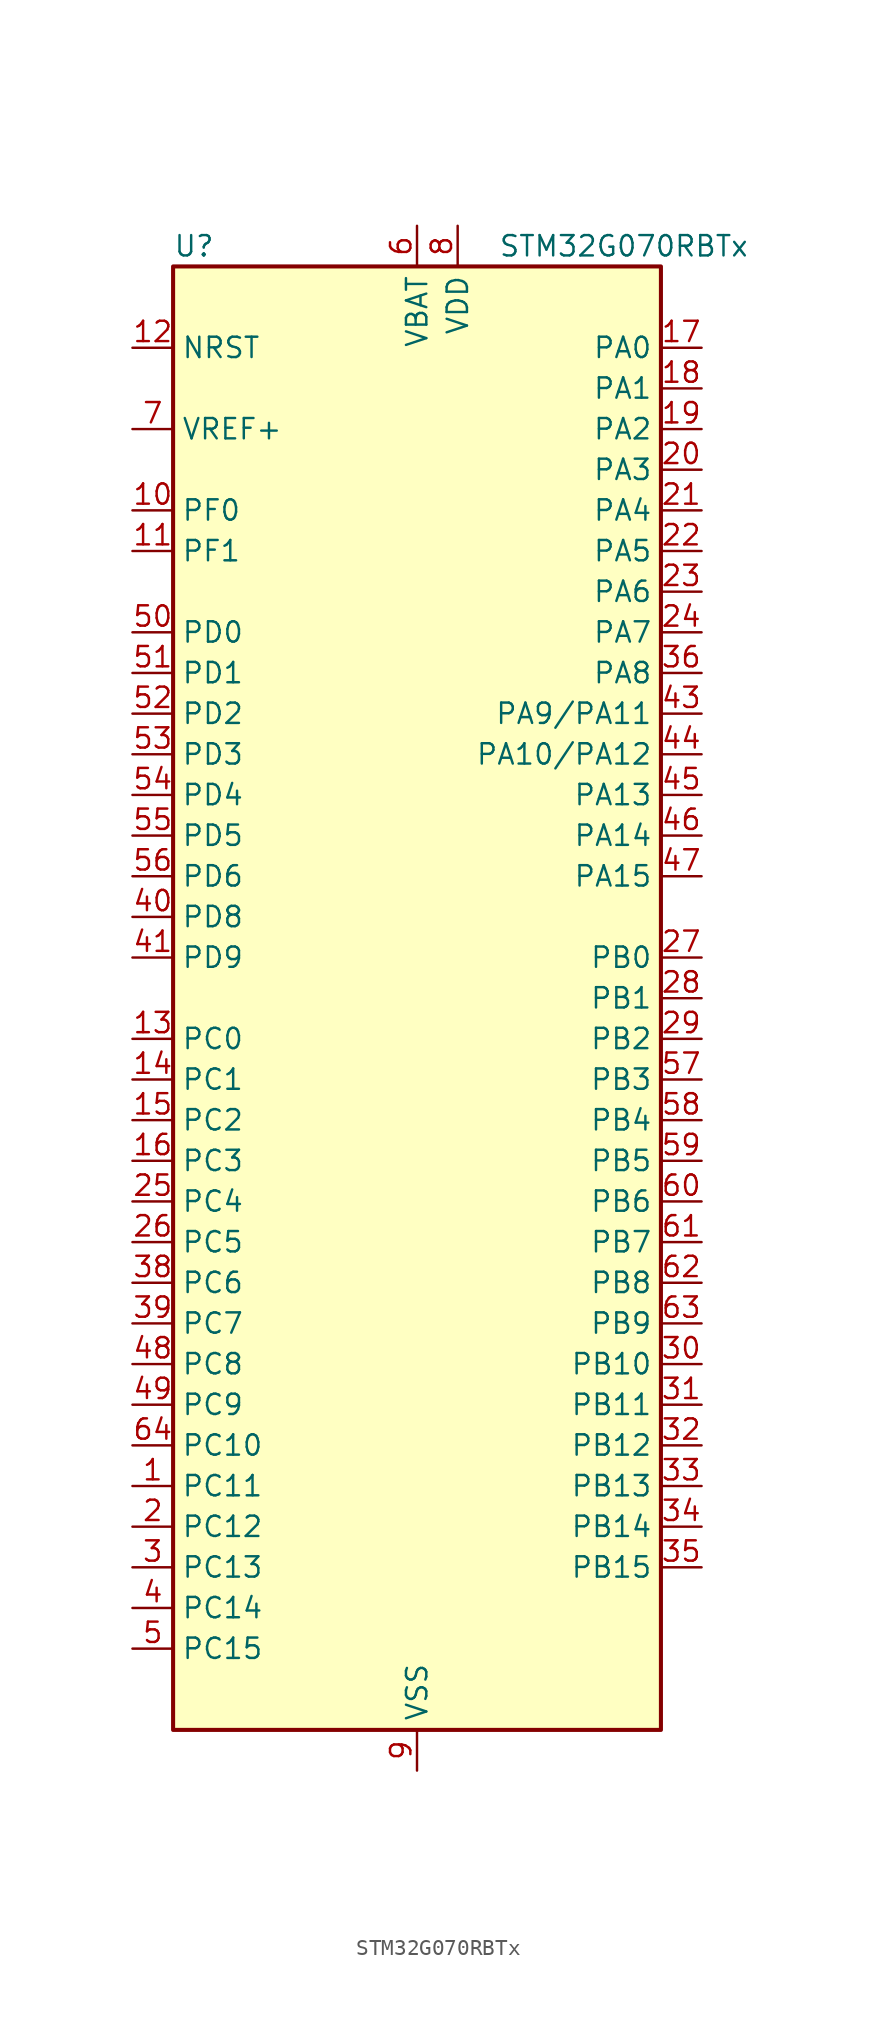
<source format=kicad_sym>
(kicad_symbol_lib
  (version 20241209)
  (generator "kicad_symbol_editor")
  (generator_version "9.0")
  (symbol "STM32G070RBTx"
    (property "Reference" "U"
      (at -15.24 46.99 0)
      (effects (font (size 1.27 1.27)) (justify left)))
    (property "Value" "STM32G070RBTx"
      (at 5.08 46.99 0)
      (effects (font (size 1.27 1.27)) (justify left)))
    (symbol "STM32G070RBTx_0_1"
      (rectangle (start -15.24 -45.72) (end 15.24 45.72) (stroke (width 0.254) (type default)) (fill (type background))))
    (symbol "STM32G070RBTx_1_1"
      (pin input line (at -17.78 40.64 0) (length 2.54) (name "NRST" (effects (font (size 1.27 1.27)))) (number "12" (effects (font (size 1.27 1.27)))))
      (pin input line (at -17.78 35.56 0) (length 2.54) (name "VREF+" (effects (font (size 1.27 1.27)))) (number "7" (effects (font (size 1.27 1.27)))))
      (pin bidirectional line (at -17.78 30.48 0) (length 2.54) (name "PF0" (effects (font (size 1.27 1.27)))) (number "10" (effects (font (size 1.27 1.27)))) (alternate "RCC_OSC_IN" bidirectional line) (alternate "TIM14_CH1" bidirectional line))
      (pin bidirectional line (at -17.78 27.94 0) (length 2.54) (name "PF1" (effects (font (size 1.27 1.27)))) (number "11" (effects (font (size 1.27 1.27)))) (alternate "RCC_OSC_EN" bidirectional line) (alternate "RCC_OSC_OUT" bidirectional line) (alternate "TIM15_CH1N" bidirectional line))
      (pin bidirectional line (at -17.78 22.86 0) (length 2.54) (name "PD0" (effects (font (size 1.27 1.27)))) (number "50" (effects (font (size 1.27 1.27)))) (alternate "SPI2_NSS" bidirectional line) (alternate "TIM16_CH1" bidirectional line))
      (pin bidirectional line (at -17.78 20.32 0) (length 2.54) (name "PD1" (effects (font (size 1.27 1.27)))) (number "51" (effects (font (size 1.27 1.27)))) (alternate "SPI2_SCK" bidirectional line) (alternate "TIM17_CH1" bidirectional line))
      (pin bidirectional line (at -17.78 17.78 0) (length 2.54) (name "PD2" (effects (font (size 1.27 1.27)))) (number "52" (effects (font (size 1.27 1.27)))) (alternate "TIM1_CH1N" bidirectional line) (alternate "TIM3_ETR" bidirectional line) (alternate "USART3_CK" bidirectional line) (alternate "USART3_DE" bidirectional line) (alternate "USART3_RTS" bidirectional line))
      (pin bidirectional line (at -17.78 15.24 0) (length 2.54) (name "PD3" (effects (font (size 1.27 1.27)))) (number "53" (effects (font (size 1.27 1.27)))) (alternate "SPI2_MISO" bidirectional line) (alternate "TIM1_CH2N" bidirectional line) (alternate "USART2_CTS" bidirectional line) (alternate "USART2_NSS" bidirectional line))
      (pin bidirectional line (at -17.78 12.7 0) (length 2.54) (name "PD4" (effects (font (size 1.27 1.27)))) (number "54" (effects (font (size 1.27 1.27)))) (alternate "SPI2_MOSI" bidirectional line) (alternate "TIM1_CH3N" bidirectional line) (alternate "USART2_CK" bidirectional line) (alternate "USART2_DE" bidirectional line) (alternate "USART2_RTS" bidirectional line))
      (pin bidirectional line (at -17.78 10.16 0) (length 2.54) (name "PD5" (effects (font (size 1.27 1.27)))) (number "55" (effects (font (size 1.27 1.27)))) (alternate "I2S1_MCK" bidirectional line) (alternate "SPI1_MISO" bidirectional line) (alternate "TIM1_BK" bidirectional line) (alternate "USART2_TX" bidirectional line))
      (pin bidirectional line (at -17.78 7.62 0) (length 2.54) (name "PD6" (effects (font (size 1.27 1.27)))) (number "56" (effects (font (size 1.27 1.27)))) (alternate "I2S1_SD" bidirectional line) (alternate "SPI1_MOSI" bidirectional line) (alternate "USART2_RX" bidirectional line))
      (pin bidirectional line (at -17.78 5.08 0) (length 2.54) (name "PD8" (effects (font (size 1.27 1.27)))) (number "40" (effects (font (size 1.27 1.27)))) (alternate "I2S1_CK" bidirectional line) (alternate "SPI1_SCK" bidirectional line) (alternate "USART3_TX" bidirectional line))
      (pin bidirectional line (at -17.78 2.54 0) (length 2.54) (name "PD9" (effects (font (size 1.27 1.27)))) (number "41" (effects (font (size 1.27 1.27)))) (alternate "I2S1_WS" bidirectional line) (alternate "SPI1_NSS" bidirectional line) (alternate "TIM1_BK2" bidirectional line) (alternate "USART3_RX" bidirectional line))
      (pin bidirectional line (at -17.78 -2.54 0) (length 2.54) (name "PC0" (effects (font (size 1.27 1.27)))) (number "13" (effects (font (size 1.27 1.27)))))
      (pin bidirectional line (at -17.78 -5.08 0) (length 2.54) (name "PC1" (effects (font (size 1.27 1.27)))) (number "14" (effects (font (size 1.27 1.27)))) (alternate "TIM15_CH1" bidirectional line))
      (pin bidirectional line (at -17.78 -7.62 0) (length 2.54) (name "PC2" (effects (font (size 1.27 1.27)))) (number "15" (effects (font (size 1.27 1.27)))) (alternate "SPI2_MISO" bidirectional line) (alternate "TIM15_CH2" bidirectional line))
      (pin bidirectional line (at -17.78 -10.16 0) (length 2.54) (name "PC3" (effects (font (size 1.27 1.27)))) (number "16" (effects (font (size 1.27 1.27)))) (alternate "SPI2_MOSI" bidirectional line))
      (pin bidirectional line (at -17.78 -12.7 0) (length 2.54) (name "PC4" (effects (font (size 1.27 1.27)))) (number "25" (effects (font (size 1.27 1.27)))) (alternate "ADC1_IN17" bidirectional line) (alternate "USART1_TX" bidirectional line) (alternate "USART3_TX" bidirectional line))
      (pin bidirectional line (at -17.78 -15.24 0) (length 2.54) (name "PC5" (effects (font (size 1.27 1.27)))) (number "26" (effects (font (size 1.27 1.27)))) (alternate "ADC1_IN18" bidirectional line) (alternate "SYS_WKUP5" bidirectional line) (alternate "USART1_RX" bidirectional line) (alternate "USART3_RX" bidirectional line))
      (pin bidirectional line (at -17.78 -17.78 0) (length 2.54) (name "PC6" (effects (font (size 1.27 1.27)))) (number "38" (effects (font (size 1.27 1.27)))) (alternate "TIM3_CH1" bidirectional line))
      (pin bidirectional line (at -17.78 -20.32 0) (length 2.54) (name "PC7" (effects (font (size 1.27 1.27)))) (number "39" (effects (font (size 1.27 1.27)))) (alternate "TIM3_CH2" bidirectional line))
      (pin bidirectional line (at -17.78 -22.86 0) (length 2.54) (name "PC8" (effects (font (size 1.27 1.27)))) (number "48" (effects (font (size 1.27 1.27)))) (alternate "TIM1_CH1" bidirectional line) (alternate "TIM3_CH3" bidirectional line))
      (pin bidirectional line (at -17.78 -25.4 0) (length 2.54) (name "PC9" (effects (font (size 1.27 1.27)))) (number "49" (effects (font (size 1.27 1.27)))) (alternate "I2S_CKIN" bidirectional line) (alternate "TIM1_CH2" bidirectional line) (alternate "TIM3_CH4" bidirectional line))
      (pin bidirectional line (at -17.78 -27.94 0) (length 2.54) (name "PC10" (effects (font (size 1.27 1.27)))) (number "64" (effects (font (size 1.27 1.27)))) (alternate "TIM1_CH3" bidirectional line) (alternate "USART3_TX" bidirectional line) (alternate "USART4_TX" bidirectional line))
      (pin bidirectional line (at -17.78 -30.48 0) (length 2.54) (name "PC11" (effects (font (size 1.27 1.27)))) (number "1" (effects (font (size 1.27 1.27)))) (alternate "ADC1_EXTI11" bidirectional line) (alternate "TIM1_CH4" bidirectional line) (alternate "USART3_RX" bidirectional line) (alternate "USART4_RX" bidirectional line))
      (pin bidirectional line (at -17.78 -33.02 0) (length 2.54) (name "PC12" (effects (font (size 1.27 1.27)))) (number "2" (effects (font (size 1.27 1.27)))) (alternate "TIM14_CH1" bidirectional line))
      (pin bidirectional line (at -17.78 -35.56 0) (length 2.54) (name "PC13" (effects (font (size 1.27 1.27)))) (number "3" (effects (font (size 1.27 1.27)))) (alternate "RTC_OUT_ALARM" bidirectional line) (alternate "RTC_OUT_CALIB" bidirectional line) (alternate "RTC_TAMP_IN1" bidirectional line) (alternate "RTC_TS" bidirectional line) (alternate "SYS_WKUP2" bidirectional line) (alternate "TIM1_BK" bidirectional line))
      (pin bidirectional line (at -17.78 -38.1 0) (length 2.54) (name "PC14" (effects (font (size 1.27 1.27)))) (number "4" (effects (font (size 1.27 1.27)))) (alternate "RCC_OSC32_IN" bidirectional line) (alternate "TIM1_BK2" bidirectional line))
      (pin bidirectional line (at -17.78 -40.64 0) (length 2.54) (name "PC15" (effects (font (size 1.27 1.27)))) (number "5" (effects (font (size 1.27 1.27)))) (alternate "RCC_OSC32_EN" bidirectional line) (alternate "RCC_OSC32_OUT" bidirectional line) (alternate "RCC_OSC_EN" bidirectional line) (alternate "TIM15_BK" bidirectional line))
      (pin no_connect line (at -15.24 -43.18 0) (length 2.54) (hide yes) (name "NC/PA10" (effects (font (size 1.27 1.27)))) (number "42" (effects (font (size 1.27 1.27)))) (alternate "I2C1_SDA (PA10)" bidirectional line) (alternate "NC" bidirectional line) (alternate "PA10" bidirectional line) (alternate "SPI2_MOSI (PA10)" bidirectional line) (alternate "TIM17_BK (PA10)" bidirectional line) (alternate "TIM1_CH3 (PA10)" bidirectional line) (alternate "USART1_RX (PA10)" bidirectional line))
      (pin no_connect line (at -15.24 -45.72 0) (length 2.54) (hide yes) (name "NC/PA9" (effects (font (size 1.27 1.27)))) (number "37" (effects (font (size 1.27 1.27)))) (alternate "I2C1_SCL (PA9)" bidirectional line) (alternate "NC" bidirectional line) (alternate "PA9" bidirectional line) (alternate "RCC_MCO (PA9)" bidirectional line) (alternate "SPI2_MISO (PA9)" bidirectional line) (alternate "TIM15_BK (PA9)" bidirectional line) (alternate "TIM1_CH2 (PA9)" bidirectional line) (alternate "USART1_TX (PA9)" bidirectional line))
      (pin power_in line (at 0 48.26 270) (length 2.54) (name "VBAT" (effects (font (size 1.27 1.27)))) (number "6" (effects (font (size 1.27 1.27)))))
      (pin power_in line (at 0 -48.26 90) (length 2.54) (name "VSS" (effects (font (size 1.27 1.27)))) (number "9" (effects (font (size 1.27 1.27)))))
      (pin power_in line (at 2.54 48.26 270) (length 2.54) (name "VDD" (effects (font (size 1.27 1.27)))) (number "8" (effects (font (size 1.27 1.27)))))
      (pin bidirectional line (at 17.78 40.64 180) (length 2.54) (name "PA0" (effects (font (size 1.27 1.27)))) (number "17" (effects (font (size 1.27 1.27)))) (alternate "ADC1_IN0" bidirectional line) (alternate "RTC_TAMP_IN2" bidirectional line) (alternate "SPI2_SCK" bidirectional line) (alternate "SYS_WKUP1" bidirectional line) (alternate "USART2_CTS" bidirectional line) (alternate "USART2_NSS" bidirectional line) (alternate "USART4_TX" bidirectional line))
      (pin bidirectional line (at 17.78 38.1 180) (length 2.54) (name "PA1" (effects (font (size 1.27 1.27)))) (number "18" (effects (font (size 1.27 1.27)))) (alternate "ADC1_IN1" bidirectional line) (alternate "I2C1_SMBA" bidirectional line) (alternate "I2S1_CK" bidirectional line) (alternate "SPI1_SCK" bidirectional line) (alternate "TIM15_CH1N" bidirectional line) (alternate "USART2_CK" bidirectional line) (alternate "USART2_DE" bidirectional line) (alternate "USART2_RTS" bidirectional line) (alternate "USART4_RX" bidirectional line))
      (pin bidirectional line (at 17.78 35.56 180) (length 2.54) (name "PA2" (effects (font (size 1.27 1.27)))) (number "19" (effects (font (size 1.27 1.27)))) (alternate "ADC1_IN2" bidirectional line) (alternate "I2S1_SD" bidirectional line) (alternate "RCC_LSCO" bidirectional line) (alternate "SPI1_MOSI" bidirectional line) (alternate "SYS_WKUP4" bidirectional line) (alternate "TIM15_CH1" bidirectional line) (alternate "USART2_TX" bidirectional line))
      (pin bidirectional line (at 17.78 33.02 180) (length 2.54) (name "PA3" (effects (font (size 1.27 1.27)))) (number "20" (effects (font (size 1.27 1.27)))) (alternate "ADC1_IN3" bidirectional line) (alternate "SPI2_MISO" bidirectional line) (alternate "TIM15_CH2" bidirectional line) (alternate "USART2_RX" bidirectional line))
      (pin bidirectional line (at 17.78 30.48 180) (length 2.54) (name "PA4" (effects (font (size 1.27 1.27)))) (number "21" (effects (font (size 1.27 1.27)))) (alternate "ADC1_IN4" bidirectional line) (alternate "I2S1_WS" bidirectional line) (alternate "RTC_OUT_ALARM" bidirectional line) (alternate "RTC_OUT_CALIB" bidirectional line) (alternate "SPI1_NSS" bidirectional line) (alternate "SPI2_MOSI" bidirectional line) (alternate "TIM14_CH1" bidirectional line))
      (pin bidirectional line (at 17.78 27.94 180) (length 2.54) (name "PA5" (effects (font (size 1.27 1.27)))) (number "22" (effects (font (size 1.27 1.27)))) (alternate "ADC1_IN5" bidirectional line) (alternate "I2S1_CK" bidirectional line) (alternate "SPI1_SCK" bidirectional line) (alternate "USART3_TX" bidirectional line))
      (pin bidirectional line (at 17.78 25.4 180) (length 2.54) (name "PA6" (effects (font (size 1.27 1.27)))) (number "23" (effects (font (size 1.27 1.27)))) (alternate "ADC1_IN6" bidirectional line) (alternate "I2S1_MCK" bidirectional line) (alternate "SPI1_MISO" bidirectional line) (alternate "TIM16_CH1" bidirectional line) (alternate "TIM1_BK" bidirectional line) (alternate "TIM3_CH1" bidirectional line) (alternate "USART3_CTS" bidirectional line) (alternate "USART3_NSS" bidirectional line))
      (pin bidirectional line (at 17.78 22.86 180) (length 2.54) (name "PA7" (effects (font (size 1.27 1.27)))) (number "24" (effects (font (size 1.27 1.27)))) (alternate "ADC1_IN7" bidirectional line) (alternate "I2S1_SD" bidirectional line) (alternate "SPI1_MOSI" bidirectional line) (alternate "TIM14_CH1" bidirectional line) (alternate "TIM17_CH1" bidirectional line) (alternate "TIM1_CH1N" bidirectional line) (alternate "TIM3_CH2" bidirectional line))
      (pin bidirectional line (at 17.78 20.32 180) (length 2.54) (name "PA8" (effects (font (size 1.27 1.27)))) (number "36" (effects (font (size 1.27 1.27)))) (alternate "RCC_MCO" bidirectional line) (alternate "SPI2_NSS" bidirectional line) (alternate "TIM1_CH1" bidirectional line))
      (pin bidirectional line (at 17.78 17.78 180) (length 2.54) (name "PA9/PA11" (effects (font (size 1.27 1.27)))) (number "43" (effects (font (size 1.27 1.27)))) (alternate "ADC1_EXTI11 (PA11)" bidirectional line) (alternate "I2C1_SCL (PA9)" bidirectional line) (alternate "I2C2_SCL (PA11)" bidirectional line) (alternate "I2S1_MCK (PA11)" bidirectional line) (alternate "PA11" bidirectional line) (alternate "PA9" bidirectional line) (alternate "RCC_MCO (PA9)" bidirectional line) (alternate "SPI1_MISO (PA11)" bidirectional line) (alternate "SPI2_MISO (PA9)" bidirectional line) (alternate "TIM15_BK (PA9)" bidirectional line) (alternate "TIM1_BK2 (PA11)" bidirectional line) (alternate "TIM1_CH2 (PA9)" bidirectional line) (alternate "TIM1_CH4 (PA11)" bidirectional line) (alternate "USART1_CTS (PA11)" bidirectional line) (alternate "USART1_NSS (PA11)" bidirectional line) (alternate "USART1_TX (PA9)" bidirectional line))
      (pin bidirectional line (at 17.78 15.24 180) (length 2.54) (name "PA10/PA12" (effects (font (size 1.27 1.27)))) (number "44" (effects (font (size 1.27 1.27)))) (alternate "I2C1_SDA (PA10)" bidirectional line) (alternate "I2C2_SDA (PA12)" bidirectional line) (alternate "I2S1_SD (PA12)" bidirectional line) (alternate "I2S_CKIN (PA12)" bidirectional line) (alternate "PA10" bidirectional line) (alternate "PA12" bidirectional line) (alternate "SPI1_MOSI (PA12)" bidirectional line) (alternate "SPI2_MOSI (PA10)" bidirectional line) (alternate "TIM17_BK (PA10)" bidirectional line) (alternate "TIM1_CH3 (PA10)" bidirectional line) (alternate "TIM1_ETR (PA12)" bidirectional line) (alternate "USART1_CK (PA12)" bidirectional line) (alternate "USART1_DE (PA12)" bidirectional line) (alternate "USART1_RTS (PA12)" bidirectional line) (alternate "USART1_RX (PA10)" bidirectional line))
      (pin bidirectional line (at 17.78 12.7 180) (length 2.54) (name "PA13" (effects (font (size 1.27 1.27)))) (number "45" (effects (font (size 1.27 1.27)))) (alternate "IR_OUT" bidirectional line) (alternate "SYS_SWDIO" bidirectional line))
      (pin bidirectional line (at 17.78 10.16 180) (length 2.54) (name "PA14" (effects (font (size 1.27 1.27)))) (number "46" (effects (font (size 1.27 1.27)))) (alternate "SYS_SWCLK" bidirectional line) (alternate "USART2_TX" bidirectional line))
      (pin bidirectional line (at 17.78 7.62 180) (length 2.54) (name "PA15" (effects (font (size 1.27 1.27)))) (number "47" (effects (font (size 1.27 1.27)))) (alternate "I2S1_WS" bidirectional line) (alternate "SPI1_NSS" bidirectional line) (alternate "USART2_RX" bidirectional line) (alternate "USART3_CK" bidirectional line) (alternate "USART3_DE" bidirectional line) (alternate "USART3_RTS" bidirectional line) (alternate "USART4_CK" bidirectional line) (alternate "USART4_DE" bidirectional line) (alternate "USART4_RTS" bidirectional line))
      (pin bidirectional line (at 17.78 2.54 180) (length 2.54) (name "PB0" (effects (font (size 1.27 1.27)))) (number "27" (effects (font (size 1.27 1.27)))) (alternate "ADC1_IN8" bidirectional line) (alternate "I2S1_WS" bidirectional line) (alternate "SPI1_NSS" bidirectional line) (alternate "TIM1_CH2N" bidirectional line) (alternate "TIM3_CH3" bidirectional line) (alternate "USART3_RX" bidirectional line))
      (pin bidirectional line (at 17.78 0 180) (length 2.54) (name "PB1" (effects (font (size 1.27 1.27)))) (number "28" (effects (font (size 1.27 1.27)))) (alternate "ADC1_IN9" bidirectional line) (alternate "TIM14_CH1" bidirectional line) (alternate "TIM1_CH3N" bidirectional line) (alternate "TIM3_CH4" bidirectional line) (alternate "USART3_CK" bidirectional line) (alternate "USART3_DE" bidirectional line) (alternate "USART3_RTS" bidirectional line))
      (pin bidirectional line (at 17.78 -2.54 180) (length 2.54) (name "PB2" (effects (font (size 1.27 1.27)))) (number "29" (effects (font (size 1.27 1.27)))) (alternate "ADC1_IN10" bidirectional line) (alternate "SPI2_MISO" bidirectional line) (alternate "USART3_TX" bidirectional line))
      (pin bidirectional line (at 17.78 -5.08 180) (length 2.54) (name "PB3" (effects (font (size 1.27 1.27)))) (number "57" (effects (font (size 1.27 1.27)))) (alternate "I2S1_CK" bidirectional line) (alternate "SPI1_SCK" bidirectional line) (alternate "TIM1_CH2" bidirectional line) (alternate "USART1_CK" bidirectional line) (alternate "USART1_DE" bidirectional line) (alternate "USART1_RTS" bidirectional line))
      (pin bidirectional line (at 17.78 -7.62 180) (length 2.54) (name "PB4" (effects (font (size 1.27 1.27)))) (number "58" (effects (font (size 1.27 1.27)))) (alternate "I2S1_MCK" bidirectional line) (alternate "SPI1_MISO" bidirectional line) (alternate "TIM17_BK" bidirectional line) (alternate "TIM3_CH1" bidirectional line) (alternate "USART1_CTS" bidirectional line) (alternate "USART1_NSS" bidirectional line))
      (pin bidirectional line (at 17.78 -10.16 180) (length 2.54) (name "PB5" (effects (font (size 1.27 1.27)))) (number "59" (effects (font (size 1.27 1.27)))) (alternate "I2C1_SMBA" bidirectional line) (alternate "I2S1_SD" bidirectional line) (alternate "SPI1_MOSI" bidirectional line) (alternate "SYS_WKUP6" bidirectional line) (alternate "TIM16_BK" bidirectional line) (alternate "TIM3_CH2" bidirectional line))
      (pin bidirectional line (at 17.78 -12.7 180) (length 2.54) (name "PB6" (effects (font (size 1.27 1.27)))) (number "60" (effects (font (size 1.27 1.27)))) (alternate "I2C1_SCL" bidirectional line) (alternate "SPI2_MISO" bidirectional line) (alternate "TIM16_CH1N" bidirectional line) (alternate "TIM1_CH3" bidirectional line) (alternate "USART1_TX" bidirectional line))
      (pin bidirectional line (at 17.78 -15.24 180) (length 2.54) (name "PB7" (effects (font (size 1.27 1.27)))) (number "61" (effects (font (size 1.27 1.27)))) (alternate "I2C1_SDA" bidirectional line) (alternate "SPI2_MOSI" bidirectional line) (alternate "TIM17_CH1N" bidirectional line) (alternate "USART1_RX" bidirectional line) (alternate "USART4_CTS" bidirectional line) (alternate "USART4_NSS" bidirectional line))
      (pin bidirectional line (at 17.78 -17.78 180) (length 2.54) (name "PB8" (effects (font (size 1.27 1.27)))) (number "62" (effects (font (size 1.27 1.27)))) (alternate "I2C1_SCL" bidirectional line) (alternate "SPI2_SCK" bidirectional line) (alternate "TIM15_BK" bidirectional line) (alternate "TIM16_CH1" bidirectional line) (alternate "USART3_TX" bidirectional line))
      (pin bidirectional line (at 17.78 -20.32 180) (length 2.54) (name "PB9" (effects (font (size 1.27 1.27)))) (number "63" (effects (font (size 1.27 1.27)))) (alternate "I2C1_SDA" bidirectional line) (alternate "IR_OUT" bidirectional line) (alternate "SPI2_NSS" bidirectional line) (alternate "TIM17_CH1" bidirectional line) (alternate "USART3_RX" bidirectional line))
      (pin bidirectional line (at 17.78 -22.86 180) (length 2.54) (name "PB10" (effects (font (size 1.27 1.27)))) (number "30" (effects (font (size 1.27 1.27)))) (alternate "ADC1_IN11" bidirectional line) (alternate "I2C2_SCL" bidirectional line) (alternate "SPI2_SCK" bidirectional line) (alternate "USART3_TX" bidirectional line))
      (pin bidirectional line (at 17.78 -25.4 180) (length 2.54) (name "PB11" (effects (font (size 1.27 1.27)))) (number "31" (effects (font (size 1.27 1.27)))) (alternate "ADC1_EXTI11" bidirectional line) (alternate "ADC1_IN15" bidirectional line) (alternate "I2C2_SDA" bidirectional line) (alternate "SPI2_MOSI" bidirectional line) (alternate "USART3_RX" bidirectional line))
      (pin bidirectional line (at 17.78 -27.94 180) (length 2.54) (name "PB12" (effects (font (size 1.27 1.27)))) (number "32" (effects (font (size 1.27 1.27)))) (alternate "ADC1_IN16" bidirectional line) (alternate "SPI2_NSS" bidirectional line) (alternate "TIM15_BK" bidirectional line) (alternate "TIM1_BK" bidirectional line))
      (pin bidirectional line (at 17.78 -30.48 180) (length 2.54) (name "PB13" (effects (font (size 1.27 1.27)))) (number "33" (effects (font (size 1.27 1.27)))) (alternate "I2C2_SCL" bidirectional line) (alternate "SPI2_SCK" bidirectional line) (alternate "TIM15_CH1N" bidirectional line) (alternate "TIM1_CH1N" bidirectional line) (alternate "USART3_CTS" bidirectional line) (alternate "USART3_NSS" bidirectional line))
      (pin bidirectional line (at 17.78 -33.02 180) (length 2.54) (name "PB14" (effects (font (size 1.27 1.27)))) (number "34" (effects (font (size 1.27 1.27)))) (alternate "I2C2_SDA" bidirectional line) (alternate "SPI2_MISO" bidirectional line) (alternate "TIM15_CH1" bidirectional line) (alternate "TIM1_CH2N" bidirectional line) (alternate "USART3_CK" bidirectional line) (alternate "USART3_DE" bidirectional line) (alternate "USART3_RTS" bidirectional line))
      (pin bidirectional line (at 17.78 -35.56 180) (length 2.54) (name "PB15" (effects (font (size 1.27 1.27)))) (number "35" (effects (font (size 1.27 1.27)))) (alternate "RTC_REFIN" bidirectional line) (alternate "SPI2_MOSI" bidirectional line) (alternate "TIM15_CH1N" bidirectional line) (alternate "TIM15_CH2" bidirectional line) (alternate "TIM1_CH3N" bidirectional line)))))
</source>
